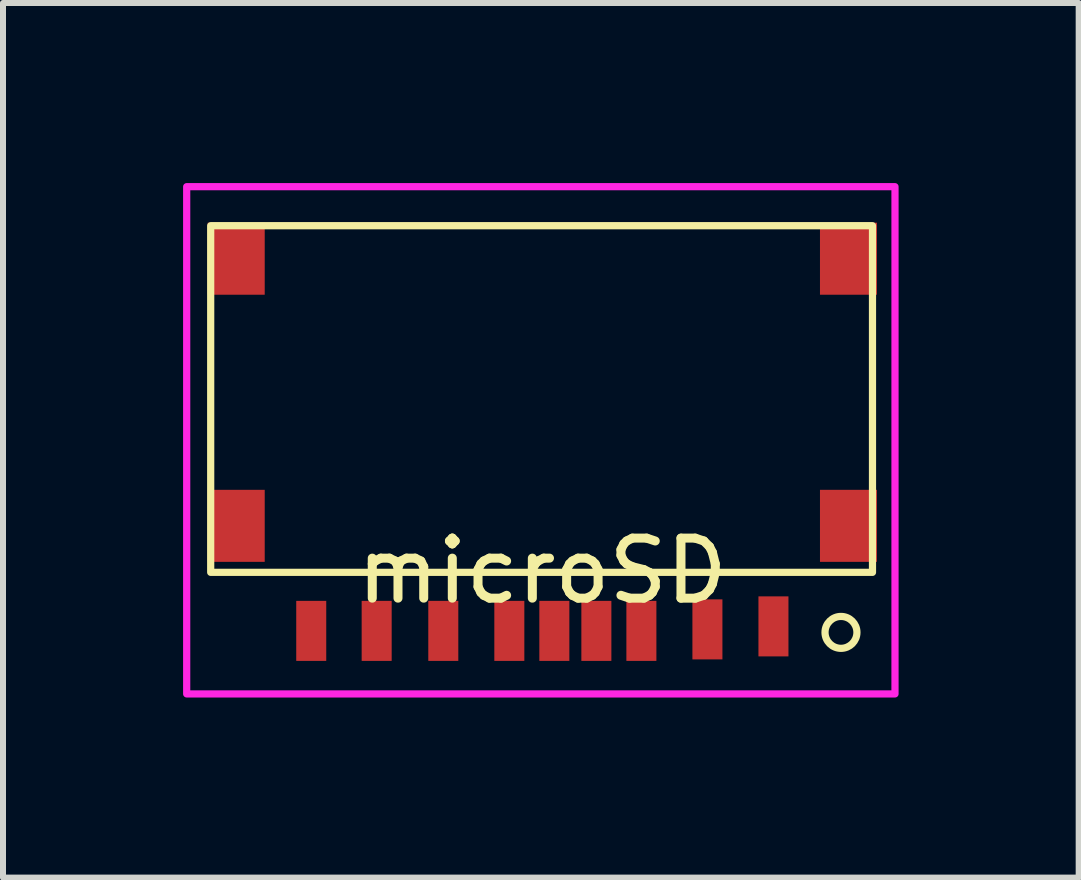
<source format=kicad_pcb>
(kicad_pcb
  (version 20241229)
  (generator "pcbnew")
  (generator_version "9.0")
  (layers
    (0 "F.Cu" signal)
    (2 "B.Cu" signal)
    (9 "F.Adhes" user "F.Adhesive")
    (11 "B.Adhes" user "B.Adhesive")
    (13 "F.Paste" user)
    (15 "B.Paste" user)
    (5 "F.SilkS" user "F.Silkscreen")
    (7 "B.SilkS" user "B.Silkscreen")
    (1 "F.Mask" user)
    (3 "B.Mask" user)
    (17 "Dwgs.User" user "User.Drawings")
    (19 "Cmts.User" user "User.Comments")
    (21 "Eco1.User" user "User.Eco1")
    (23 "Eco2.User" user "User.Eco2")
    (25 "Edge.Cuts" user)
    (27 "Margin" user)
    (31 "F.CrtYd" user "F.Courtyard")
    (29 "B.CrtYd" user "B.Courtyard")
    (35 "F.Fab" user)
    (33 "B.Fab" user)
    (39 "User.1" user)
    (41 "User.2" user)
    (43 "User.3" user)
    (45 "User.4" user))
  (footprint "microSD"
    (layer "F.Cu")
    (at 5.985 6.96)
    (property "Reference" "microSD" (at 0 -0.5 0) (unlocked yes) (layer "F.SilkS") (effects (font (size 1 1) (thickness 0.15))))
    (attr smd)
    (fp_rect (start -5.525 -6.25) (end 5.5 -0.475) (stroke (width 0.12) (type default)) (fill no) (layer "F.SilkS"))
    (fp_circle (center 4.975 0.525) (end 5.175 0.7) (stroke (width 0.12) (type default)) (fill no) (layer "F.SilkS"))
    (fp_rect (start -5.925 -6.9) (end 5.875 1.55) (stroke (width 0.12) (type default)) (fill no) (layer "F.CrtYd"))
    (pad "1" smd rect (at 3.85 0.425) (size 0.5 1) (layers "F.Cu" "F.Mask" "F.Paste"))
    (pad "2" smd rect (at 2.75 0.475) (size 0.5 1) (layers "F.Cu" "F.Mask" "F.Paste"))
    (pad "3" smd rect (at 1.65 0.5) (size 0.5 1) (layers "F.Cu" "F.Mask" "F.Paste"))
    (pad "4" smd rect (at 0.9 0.5) (size 0.5 1) (layers "F.Cu" "F.Mask" "F.Paste"))
    (pad "5" smd rect (at -0.55 0.5) (size 0.5 1) (layers "F.Cu" "F.Mask" "F.Paste"))
    (pad "6" smd rect (at -1.65 0.5) (size 0.5 1) (layers "F.Cu" "F.Mask" "F.Paste"))
    (pad "7" smd rect (at -2.76 0.5) (size 0.5 1) (layers "F.Cu" "F.Mask" "F.Paste"))
    (pad "8" smd rect (at -3.85 0.5) (size 0.5 1) (layers "F.Cu" "F.Mask" "F.Paste"))
    (pad "9" smd rect (at 0.2 0.5) (size 0.5 1) (layers "F.Cu" "F.Mask" "F.Paste"))
    (pad "10" smd rect (at -5.1 -5.7) (size 0.95 1.2) (layers "F.Cu" "F.Mask" "F.Paste"))
    (pad "10" smd rect (at -5.1 -1.25) (size 0.95 1.2) (layers "F.Cu" "F.Mask" "F.Paste"))
    (pad "10" smd rect (at 5.1 -5.7) (size 0.95 1.2) (layers "F.Cu" "F.Mask" "F.Paste"))
    (pad "10" smd rect (at 5.1 -1.25) (size 0.95 1.2) (layers "F.Cu" "F.Mask" "F.Paste")))
  (gr_rect
    (start -3 -3)
    (end 14.92 11.57)
    (stroke (width 0.1) (type default))
    (fill no)
    (layer "Edge.Cuts")))
</source>
